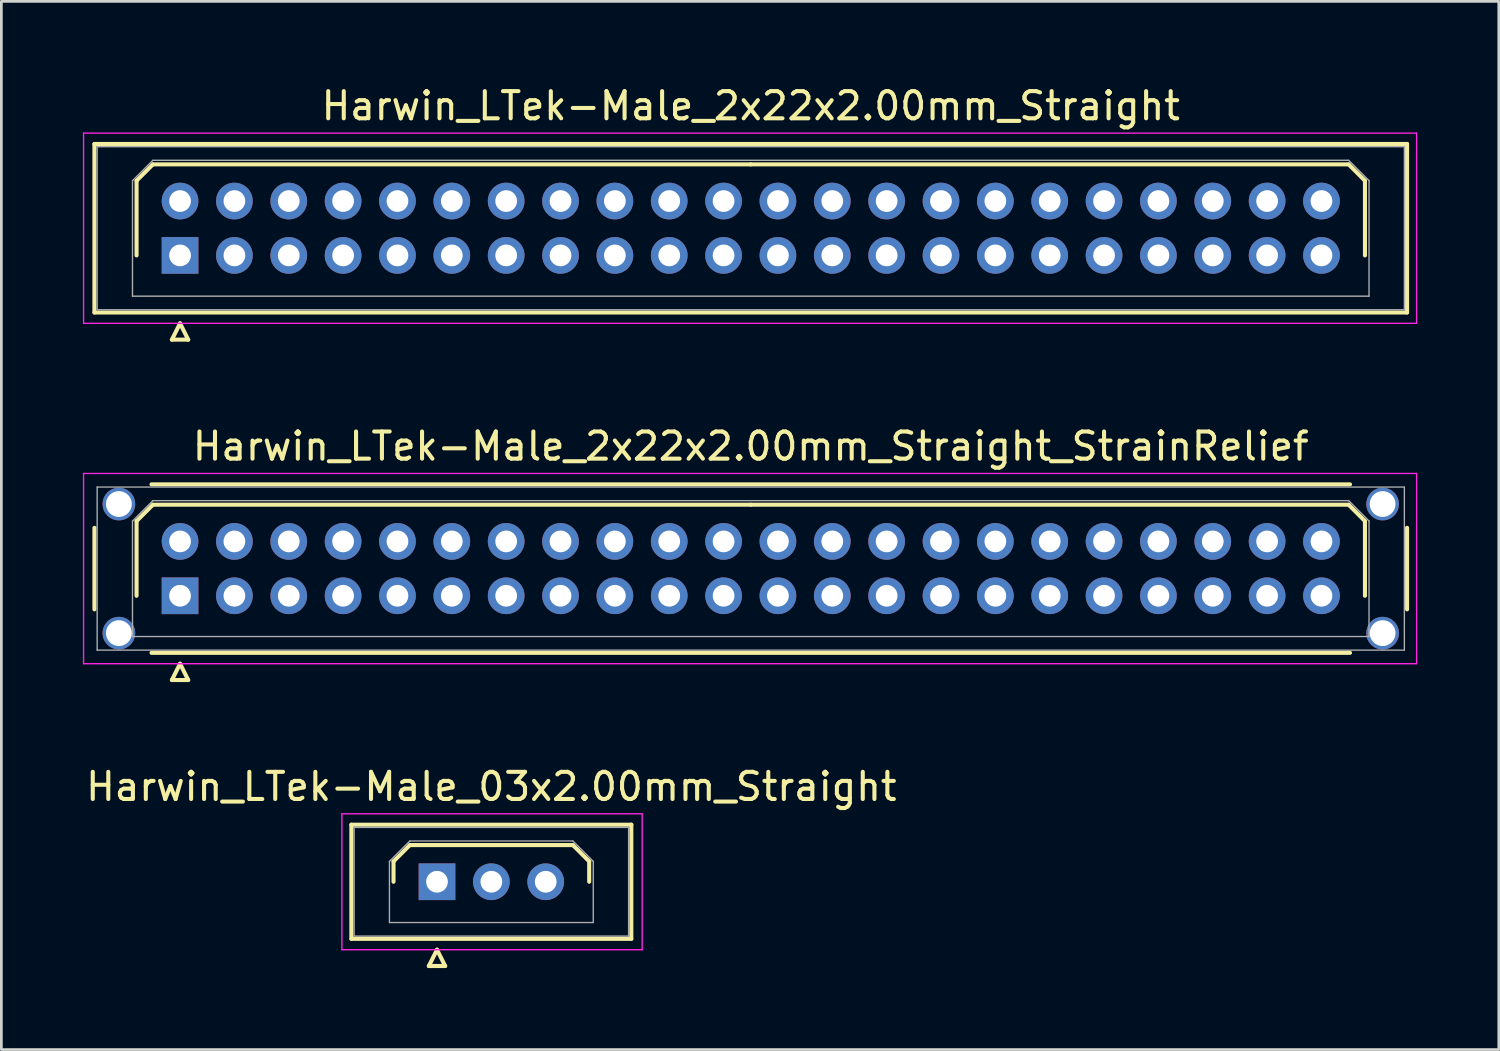
<source format=kicad_pcb>
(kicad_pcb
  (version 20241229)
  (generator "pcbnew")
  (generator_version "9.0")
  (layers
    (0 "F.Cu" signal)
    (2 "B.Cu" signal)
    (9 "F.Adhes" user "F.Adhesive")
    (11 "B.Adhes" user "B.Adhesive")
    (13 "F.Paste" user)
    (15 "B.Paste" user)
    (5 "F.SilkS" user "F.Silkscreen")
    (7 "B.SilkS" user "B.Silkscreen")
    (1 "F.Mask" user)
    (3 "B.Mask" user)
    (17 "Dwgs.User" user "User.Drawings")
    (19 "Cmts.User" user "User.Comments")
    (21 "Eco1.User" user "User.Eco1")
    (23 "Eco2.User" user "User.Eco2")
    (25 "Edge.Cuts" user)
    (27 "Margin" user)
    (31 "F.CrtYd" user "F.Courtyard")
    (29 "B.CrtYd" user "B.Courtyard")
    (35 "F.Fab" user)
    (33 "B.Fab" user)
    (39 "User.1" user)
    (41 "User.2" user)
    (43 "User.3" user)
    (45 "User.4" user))
  (footprint "Harwin_LTek-Male_2x22x2.00mm_Straight_StrainRelief"
    (layer "F.Cu")
    (at 3.575 18.872)
    (property "Reference" "Harwin_LTek-Male_2x22x2.00mm_Straight_StrainRelief" (at 21 -5.5 0) (layer "F.SilkS") (effects (font (size 1 1) (thickness 0.15))))
    (attr through_hole)
    (fp_line (start -3.15 -2.5) (end -3.15 0.5) (stroke (width 0.15) (type solid)) (layer "F.SilkS"))
    (fp_line (start -1.6 -2.75) (end -1 -3.35) (stroke (width 0.15) (type solid)) (layer "F.SilkS"))
    (fp_line (start -1.6 0) (end -1.6 -2.75) (stroke (width 0.15) (type solid)) (layer "F.SilkS"))
    (fp_line (start -1.05 -4.1) (end 43.05 -4.1) (stroke (width 0.15) (type solid)) (layer "F.SilkS"))
    (fp_line (start -1.05 2.1) (end 43.05 2.1) (stroke (width 0.15) (type solid)) (layer "F.SilkS"))
    (fp_line (start -1 -3.35) (end 21 -3.35) (stroke (width 0.15) (type solid)) (layer "F.SilkS"))
    (fp_line (start -0.3 3.1) (end 0.3 3.1) (stroke (width 0.15) (type solid)) (layer "F.SilkS"))
    (fp_line (start 0 2.5) (end -0.3 3.1) (stroke (width 0.15) (type solid)) (layer "F.SilkS"))
    (fp_line (start 0.3 3.1) (end 0 2.5) (stroke (width 0.15) (type solid)) (layer "F.SilkS"))
    (fp_line (start 43 -3.35) (end 21 -3.35) (stroke (width 0.15) (type solid)) (layer "F.SilkS"))
    (fp_line (start 43.6 -2.75) (end 43 -3.35) (stroke (width 0.15) (type solid)) (layer "F.SilkS"))
    (fp_line (start 43.6 0) (end 43.6 -2.75) (stroke (width 0.15) (type solid)) (layer "F.SilkS"))
    (fp_line (start 45.15 -2.5) (end 45.15 0.5) (stroke (width 0.15) (type solid)) (layer "F.SilkS"))
    (fp_line (start -3.55 -4.5) (end -3.55 2.5) (stroke (width 0.05) (type solid)) (layer "F.CrtYd"))
    (fp_line (start -3.55 2.5) (end 45.5 2.5) (stroke (width 0.05) (type solid)) (layer "F.CrtYd"))
    (fp_line (start 45.5 -4.5) (end -3.55 -4.5) (stroke (width 0.05) (type solid)) (layer "F.CrtYd"))
    (fp_line (start 45.5 2.5) (end 45.5 -4.5) (stroke (width 0.05) (type solid)) (layer "F.CrtYd"))
    (fp_line (start -3.05 -4) (end -3.05 2) (stroke (width 0.05) (type solid)) (layer "F.Fab"))
    (fp_line (start -3.05 2) (end 45.05 2) (stroke (width 0.05) (type solid)) (layer "F.Fab"))
    (fp_line (start -1.75 -2.75) (end -1 -3.5) (stroke (width 0.05) (type solid)) (layer "F.Fab"))
    (fp_line (start -1.75 1.5) (end -1.75 -2.75) (stroke (width 0.05) (type solid)) (layer "F.Fab"))
    (fp_line (start -1 -3.5) (end 43 -3.5) (stroke (width 0.05) (type solid)) (layer "F.Fab"))
    (fp_line (start 43 -3.5) (end 43.75 -2.75) (stroke (width 0.05) (type solid)) (layer "F.Fab"))
    (fp_line (start 43.75 -2.75) (end 43.75 1.5) (stroke (width 0.05) (type solid)) (layer "F.Fab"))
    (fp_line (start 43.75 1.5) (end -1.75 1.5) (stroke (width 0.05) (type solid)) (layer "F.Fab"))
    (fp_line (start 45.05 -4) (end -3.05 -4) (stroke (width 0.05) (type solid)) (layer "F.Fab"))
    (fp_line (start 45.05 2) (end 45.05 -4) (stroke (width 0.05) (type solid)) (layer "F.Fab"))
    (pad "" thru_hole circle (at -2.25 -3.375) (size 1.2 1.2) (drill 0.95) (layers "*.Cu" "*.Mask"))
    (pad "" thru_hole circle (at -2.25 1.375) (size 1.2 1.2) (drill 0.95) (layers "*.Cu" "*.Mask"))
    (pad "" thru_hole circle (at 44.25 -3.375) (size 1.2 1.2) (drill 0.95) (layers "*.Cu" "*.Mask"))
    (pad "" thru_hole circle (at 44.25 1.375) (size 1.2 1.2) (drill 0.95) (layers "*.Cu" "*.Mask"))
    (pad "1" thru_hole rect (at 0 0) (size 1.35 1.35) (drill 0.8) (layers "*.Cu" "*.Mask"))
    (pad "2" thru_hole circle (at 0 -2) (size 1.35 1.35) (drill 0.8) (layers "*.Cu" "*.Mask"))
    (pad "3" thru_hole circle (at 2 0) (size 1.35 1.35) (drill 0.8) (layers "*.Cu" "*.Mask"))
    (pad "4" thru_hole circle (at 2 -2) (size 1.35 1.35) (drill 0.8) (layers "*.Cu" "*.Mask"))
    (pad "5" thru_hole circle (at 4 0) (size 1.35 1.35) (drill 0.8) (layers "*.Cu" "*.Mask"))
    (pad "6" thru_hole circle (at 4 -2) (size 1.35 1.35) (drill 0.8) (layers "*.Cu" "*.Mask"))
    (pad "7" thru_hole circle (at 6 0) (size 1.35 1.35) (drill 0.8) (layers "*.Cu" "*.Mask"))
    (pad "8" thru_hole circle (at 6 -2) (size 1.35 1.35) (drill 0.8) (layers "*.Cu" "*.Mask"))
    (pad "9" thru_hole circle (at 8 0) (size 1.35 1.35) (drill 0.8) (layers "*.Cu" "*.Mask"))
    (pad "10" thru_hole circle (at 8 -2) (size 1.35 1.35) (drill 0.8) (layers "*.Cu" "*.Mask"))
    (pad "11" thru_hole circle (at 10 0) (size 1.35 1.35) (drill 0.8) (layers "*.Cu" "*.Mask"))
    (pad "12" thru_hole circle (at 10 -2) (size 1.35 1.35) (drill 0.8) (layers "*.Cu" "*.Mask"))
    (pad "13" thru_hole circle (at 12 0) (size 1.35 1.35) (drill 0.8) (layers "*.Cu" "*.Mask"))
    (pad "14" thru_hole circle (at 12 -2) (size 1.35 1.35) (drill 0.8) (layers "*.Cu" "*.Mask"))
    (pad "15" thru_hole circle (at 14 0) (size 1.35 1.35) (drill 0.8) (layers "*.Cu" "*.Mask"))
    (pad "16" thru_hole circle (at 14 -2) (size 1.35 1.35) (drill 0.8) (layers "*.Cu" "*.Mask"))
    (pad "17" thru_hole circle (at 16 0) (size 1.35 1.35) (drill 0.8) (layers "*.Cu" "*.Mask"))
    (pad "18" thru_hole circle (at 16 -2) (size 1.35 1.35) (drill 0.8) (layers "*.Cu" "*.Mask"))
    (pad "19" thru_hole circle (at 18 0) (size 1.35 1.35) (drill 0.8) (layers "*.Cu" "*.Mask"))
    (pad "20" thru_hole circle (at 18 -2) (size 1.35 1.35) (drill 0.8) (layers "*.Cu" "*.Mask"))
    (pad "21" thru_hole circle (at 20 0) (size 1.35 1.35) (drill 0.8) (layers "*.Cu" "*.Mask"))
    (pad "22" thru_hole circle (at 20 -2) (size 1.35 1.35) (drill 0.8) (layers "*.Cu" "*.Mask"))
    (pad "23" thru_hole circle (at 22 0) (size 1.35 1.35) (drill 0.8) (layers "*.Cu" "*.Mask"))
    (pad "24" thru_hole circle (at 22 -2) (size 1.35 1.35) (drill 0.8) (layers "*.Cu" "*.Mask"))
    (pad "25" thru_hole circle (at 24 0) (size 1.35 1.35) (drill 0.8) (layers "*.Cu" "*.Mask"))
    (pad "26" thru_hole circle (at 24 -2) (size 1.35 1.35) (drill 0.8) (layers "*.Cu" "*.Mask"))
    (pad "27" thru_hole circle (at 26 0) (size 1.35 1.35) (drill 0.8) (layers "*.Cu" "*.Mask"))
    (pad "28" thru_hole circle (at 26 -2) (size 1.35 1.35) (drill 0.8) (layers "*.Cu" "*.Mask"))
    (pad "29" thru_hole circle (at 28 0) (size 1.35 1.35) (drill 0.8) (layers "*.Cu" "*.Mask"))
    (pad "30" thru_hole circle (at 28 -2) (size 1.35 1.35) (drill 0.8) (layers "*.Cu" "*.Mask"))
    (pad "31" thru_hole circle (at 30 0) (size 1.35 1.35) (drill 0.8) (layers "*.Cu" "*.Mask"))
    (pad "32" thru_hole circle (at 30 -2) (size 1.35 1.35) (drill 0.8) (layers "*.Cu" "*.Mask"))
    (pad "33" thru_hole circle (at 32 0) (size 1.35 1.35) (drill 0.8) (layers "*.Cu" "*.Mask"))
    (pad "34" thru_hole circle (at 32 -2) (size 1.35 1.35) (drill 0.8) (layers "*.Cu" "*.Mask"))
    (pad "35" thru_hole circle (at 34 0) (size 1.35 1.35) (drill 0.8) (layers "*.Cu" "*.Mask"))
    (pad "36" thru_hole circle (at 34 -2) (size 1.35 1.35) (drill 0.8) (layers "*.Cu" "*.Mask"))
    (pad "37" thru_hole circle (at 36 0) (size 1.35 1.35) (drill 0.8) (layers "*.Cu" "*.Mask"))
    (pad "38" thru_hole circle (at 36 -2) (size 1.35 1.35) (drill 0.8) (layers "*.Cu" "*.Mask"))
    (pad "39" thru_hole circle (at 38 0) (size 1.35 1.35) (drill 0.8) (layers "*.Cu" "*.Mask"))
    (pad "40" thru_hole circle (at 38 -2) (size 1.35 1.35) (drill 0.8) (layers "*.Cu" "*.Mask"))
    (pad "41" thru_hole circle (at 40 0) (size 1.35 1.35) (drill 0.8) (layers "*.Cu" "*.Mask"))
    (pad "42" thru_hole circle (at 40 -2) (size 1.35 1.35) (drill 0.8) (layers "*.Cu" "*.Mask"))
    (pad "43" thru_hole circle (at 42 0) (size 1.35 1.35) (drill 0.8) (layers "*.Cu" "*.Mask"))
    (pad "44" thru_hole circle (at 42 -2) (size 1.35 1.35) (drill 0.8) (layers "*.Cu" "*.Mask")))
  (footprint "Harwin_LTek-Male_2x22x2.00mm_Straight"
    (layer "F.Cu")
    (at 3.575 6.348)
    (property "Reference" "Harwin_LTek-Male_2x22x2.00mm_Straight" (at 21 -5.5 0) (layer "F.SilkS") (effects (font (size 1 1) (thickness 0.15))))
    (attr through_hole)
    (fp_line (start -3.15 -4.1) (end -3.15 2.1) (stroke (width 0.15) (type solid)) (layer "F.SilkS"))
    (fp_line (start -3.15 2.1) (end 45.15 2.1) (stroke (width 0.15) (type solid)) (layer "F.SilkS"))
    (fp_line (start -1.6 -2.75) (end -1 -3.35) (stroke (width 0.15) (type solid)) (layer "F.SilkS"))
    (fp_line (start -1.6 0) (end -1.6 -2.75) (stroke (width 0.15) (type solid)) (layer "F.SilkS"))
    (fp_line (start -1 -3.35) (end 21 -3.35) (stroke (width 0.15) (type solid)) (layer "F.SilkS"))
    (fp_line (start -0.3 3.1) (end 0.3 3.1) (stroke (width 0.15) (type solid)) (layer "F.SilkS"))
    (fp_line (start 0 2.5) (end -0.3 3.1) (stroke (width 0.15) (type solid)) (layer "F.SilkS"))
    (fp_line (start 0.3 3.1) (end 0 2.5) (stroke (width 0.15) (type solid)) (layer "F.SilkS"))
    (fp_line (start 43 -3.35) (end 21 -3.35) (stroke (width 0.15) (type solid)) (layer "F.SilkS"))
    (fp_line (start 43.6 -2.75) (end 43 -3.35) (stroke (width 0.15) (type solid)) (layer "F.SilkS"))
    (fp_line (start 43.6 0) (end 43.6 -2.75) (stroke (width 0.15) (type solid)) (layer "F.SilkS"))
    (fp_line (start 45.15 -4.1) (end -3.15 -4.1) (stroke (width 0.15) (type solid)) (layer "F.SilkS"))
    (fp_line (start 45.15 2.1) (end 45.15 -4.1) (stroke (width 0.15) (type solid)) (layer "F.SilkS"))
    (fp_line (start -3.55 -4.5) (end -3.55 2.5) (stroke (width 0.05) (type solid)) (layer "F.CrtYd"))
    (fp_line (start -3.55 2.5) (end 45.5 2.5) (stroke (width 0.05) (type solid)) (layer "F.CrtYd"))
    (fp_line (start 45.5 -4.5) (end -3.55 -4.5) (stroke (width 0.05) (type solid)) (layer "F.CrtYd"))
    (fp_line (start 45.5 2.5) (end 45.5 -4.5) (stroke (width 0.05) (type solid)) (layer "F.CrtYd"))
    (fp_line (start -3.05 -4) (end -3.05 2) (stroke (width 0.05) (type solid)) (layer "F.Fab"))
    (fp_line (start -3.05 2) (end 45.05 2) (stroke (width 0.05) (type solid)) (layer "F.Fab"))
    (fp_line (start -1.75 -2.75) (end -1 -3.5) (stroke (width 0.05) (type solid)) (layer "F.Fab"))
    (fp_line (start -1.75 1.5) (end -1.75 -2.75) (stroke (width 0.05) (type solid)) (layer "F.Fab"))
    (fp_line (start -1 -3.5) (end 43 -3.5) (stroke (width 0.05) (type solid)) (layer "F.Fab"))
    (fp_line (start 43 -3.5) (end 43.75 -2.75) (stroke (width 0.05) (type solid)) (layer "F.Fab"))
    (fp_line (start 43.75 -2.75) (end 43.75 1.5) (stroke (width 0.05) (type solid)) (layer "F.Fab"))
    (fp_line (start 43.75 1.5) (end -1.75 1.5) (stroke (width 0.05) (type solid)) (layer "F.Fab"))
    (fp_line (start 45.05 -4) (end -3.05 -4) (stroke (width 0.05) (type solid)) (layer "F.Fab"))
    (fp_line (start 45.05 2) (end 45.05 -4) (stroke (width 0.05) (type solid)) (layer "F.Fab"))
    (pad "1" thru_hole rect (at 0 0) (size 1.35 1.35) (drill 0.8) (layers "*.Cu" "*.Mask"))
    (pad "2" thru_hole circle (at 0 -2) (size 1.35 1.35) (drill 0.8) (layers "*.Cu" "*.Mask"))
    (pad "3" thru_hole circle (at 2 0) (size 1.35 1.35) (drill 0.8) (layers "*.Cu" "*.Mask"))
    (pad "4" thru_hole circle (at 2 -2) (size 1.35 1.35) (drill 0.8) (layers "*.Cu" "*.Mask"))
    (pad "5" thru_hole circle (at 4 0) (size 1.35 1.35) (drill 0.8) (layers "*.Cu" "*.Mask"))
    (pad "6" thru_hole circle (at 4 -2) (size 1.35 1.35) (drill 0.8) (layers "*.Cu" "*.Mask"))
    (pad "7" thru_hole circle (at 6 0) (size 1.35 1.35) (drill 0.8) (layers "*.Cu" "*.Mask"))
    (pad "8" thru_hole circle (at 6 -2) (size 1.35 1.35) (drill 0.8) (layers "*.Cu" "*.Mask"))
    (pad "9" thru_hole circle (at 8 0) (size 1.35 1.35) (drill 0.8) (layers "*.Cu" "*.Mask"))
    (pad "10" thru_hole circle (at 8 -2) (size 1.35 1.35) (drill 0.8) (layers "*.Cu" "*.Mask"))
    (pad "11" thru_hole circle (at 10 0) (size 1.35 1.35) (drill 0.8) (layers "*.Cu" "*.Mask"))
    (pad "12" thru_hole circle (at 10 -2) (size 1.35 1.35) (drill 0.8) (layers "*.Cu" "*.Mask"))
    (pad "13" thru_hole circle (at 12 0) (size 1.35 1.35) (drill 0.8) (layers "*.Cu" "*.Mask"))
    (pad "14" thru_hole circle (at 12 -2) (size 1.35 1.35) (drill 0.8) (layers "*.Cu" "*.Mask"))
    (pad "15" thru_hole circle (at 14 0) (size 1.35 1.35) (drill 0.8) (layers "*.Cu" "*.Mask"))
    (pad "16" thru_hole circle (at 14 -2) (size 1.35 1.35) (drill 0.8) (layers "*.Cu" "*.Mask"))
    (pad "17" thru_hole circle (at 16 0) (size 1.35 1.35) (drill 0.8) (layers "*.Cu" "*.Mask"))
    (pad "18" thru_hole circle (at 16 -2) (size 1.35 1.35) (drill 0.8) (layers "*.Cu" "*.Mask"))
    (pad "19" thru_hole circle (at 18 0) (size 1.35 1.35) (drill 0.8) (layers "*.Cu" "*.Mask"))
    (pad "20" thru_hole circle (at 18 -2) (size 1.35 1.35) (drill 0.8) (layers "*.Cu" "*.Mask"))
    (pad "21" thru_hole circle (at 20 0) (size 1.35 1.35) (drill 0.8) (layers "*.Cu" "*.Mask"))
    (pad "22" thru_hole circle (at 20 -2) (size 1.35 1.35) (drill 0.8) (layers "*.Cu" "*.Mask"))
    (pad "23" thru_hole circle (at 22 0) (size 1.35 1.35) (drill 0.8) (layers "*.Cu" "*.Mask"))
    (pad "24" thru_hole circle (at 22 -2) (size 1.35 1.35) (drill 0.8) (layers "*.Cu" "*.Mask"))
    (pad "25" thru_hole circle (at 24 0) (size 1.35 1.35) (drill 0.8) (layers "*.Cu" "*.Mask"))
    (pad "26" thru_hole circle (at 24 -2) (size 1.35 1.35) (drill 0.8) (layers "*.Cu" "*.Mask"))
    (pad "27" thru_hole circle (at 26 0) (size 1.35 1.35) (drill 0.8) (layers "*.Cu" "*.Mask"))
    (pad "28" thru_hole circle (at 26 -2) (size 1.35 1.35) (drill 0.8) (layers "*.Cu" "*.Mask"))
    (pad "29" thru_hole circle (at 28 0) (size 1.35 1.35) (drill 0.8) (layers "*.Cu" "*.Mask"))
    (pad "30" thru_hole circle (at 28 -2) (size 1.35 1.35) (drill 0.8) (layers "*.Cu" "*.Mask"))
    (pad "31" thru_hole circle (at 30 0) (size 1.35 1.35) (drill 0.8) (layers "*.Cu" "*.Mask"))
    (pad "32" thru_hole circle (at 30 -2) (size 1.35 1.35) (drill 0.8) (layers "*.Cu" "*.Mask"))
    (pad "33" thru_hole circle (at 32 0) (size 1.35 1.35) (drill 0.8) (layers "*.Cu" "*.Mask"))
    (pad "34" thru_hole circle (at 32 -2) (size 1.35 1.35) (drill 0.8) (layers "*.Cu" "*.Mask"))
    (pad "35" thru_hole circle (at 34 0) (size 1.35 1.35) (drill 0.8) (layers "*.Cu" "*.Mask"))
    (pad "36" thru_hole circle (at 34 -2) (size 1.35 1.35) (drill 0.8) (layers "*.Cu" "*.Mask"))
    (pad "37" thru_hole circle (at 36 0) (size 1.35 1.35) (drill 0.8) (layers "*.Cu" "*.Mask"))
    (pad "38" thru_hole circle (at 36 -2) (size 1.35 1.35) (drill 0.8) (layers "*.Cu" "*.Mask"))
    (pad "39" thru_hole circle (at 38 0) (size 1.35 1.35) (drill 0.8) (layers "*.Cu" "*.Mask"))
    (pad "40" thru_hole circle (at 38 -2) (size 1.35 1.35) (drill 0.8) (layers "*.Cu" "*.Mask"))
    (pad "41" thru_hole circle (at 40 0) (size 1.35 1.35) (drill 0.8) (layers "*.Cu" "*.Mask"))
    (pad "42" thru_hole circle (at 40 -2) (size 1.35 1.35) (drill 0.8) (layers "*.Cu" "*.Mask"))
    (pad "43" thru_hole circle (at 42 0) (size 1.35 1.35) (drill 0.8) (layers "*.Cu" "*.Mask"))
    (pad "44" thru_hole circle (at 42 -2) (size 1.35 1.35) (drill 0.8) (layers "*.Cu" "*.Mask")))
  (footprint "Harwin_LTek-Male_03x2.00mm_Straight"
    (layer "F.Cu")
    (at 13.03 29.395)
    (property "Reference" "Harwin_LTek-Male_03x2.00mm_Straight" (at 2 -3.5 0) (layer "F.SilkS") (effects (font (size 1 1) (thickness 0.15))))
    (attr through_hole)
    (fp_line (start -3.15 -2.1) (end -3.15 2.1) (stroke (width 0.15) (type solid)) (layer "F.SilkS"))
    (fp_line (start -3.15 2.1) (end 7.15 2.1) (stroke (width 0.15) (type solid)) (layer "F.SilkS"))
    (fp_line (start -1.6 -0.75) (end -1 -1.35) (stroke (width 0.15) (type solid)) (layer "F.SilkS"))
    (fp_line (start -1.6 0) (end -1.6 -0.75) (stroke (width 0.15) (type solid)) (layer "F.SilkS"))
    (fp_line (start -1 -1.35) (end 2 -1.35) (stroke (width 0.15) (type solid)) (layer "F.SilkS"))
    (fp_line (start -0.3 3.1) (end 0.3 3.1) (stroke (width 0.15) (type solid)) (layer "F.SilkS"))
    (fp_line (start 0 2.5) (end -0.3 3.1) (stroke (width 0.15) (type solid)) (layer "F.SilkS"))
    (fp_line (start 0.3 3.1) (end 0 2.5) (stroke (width 0.15) (type solid)) (layer "F.SilkS"))
    (fp_line (start 5 -1.35) (end 2 -1.35) (stroke (width 0.15) (type solid)) (layer "F.SilkS"))
    (fp_line (start 5.6 -0.75) (end 5 -1.35) (stroke (width 0.15) (type solid)) (layer "F.SilkS"))
    (fp_line (start 5.6 0) (end 5.6 -0.75) (stroke (width 0.15) (type solid)) (layer "F.SilkS"))
    (fp_line (start 7.15 -2.1) (end -3.15 -2.1) (stroke (width 0.15) (type solid)) (layer "F.SilkS"))
    (fp_line (start 7.15 2.1) (end 7.15 -2.1) (stroke (width 0.15) (type solid)) (layer "F.SilkS"))
    (fp_line (start -3.5 -2.5) (end -3.5 2.5) (stroke (width 0.05) (type solid)) (layer "F.CrtYd"))
    (fp_line (start -3.5 2.5) (end 7.55 2.5) (stroke (width 0.05) (type solid)) (layer "F.CrtYd"))
    (fp_line (start 7.55 -2.5) (end -3.5 -2.5) (stroke (width 0.05) (type solid)) (layer "F.CrtYd"))
    (fp_line (start 7.55 2.5) (end 7.55 -2.5) (stroke (width 0.05) (type solid)) (layer "F.CrtYd"))
    (fp_line (start -3.05 -2) (end -3.05 2) (stroke (width 0.05) (type solid)) (layer "F.Fab"))
    (fp_line (start -3.05 2) (end 7.05 2) (stroke (width 0.05) (type solid)) (layer "F.Fab"))
    (fp_line (start -1.75 -0.75) (end -1 -1.5) (stroke (width 0.05) (type solid)) (layer "F.Fab"))
    (fp_line (start -1.75 1.5) (end -1.75 -0.75) (stroke (width 0.05) (type solid)) (layer "F.Fab"))
    (fp_line (start -1 -1.5) (end 5 -1.5) (stroke (width 0.05) (type solid)) (layer "F.Fab"))
    (fp_line (start 5 -1.5) (end 5.75 -0.75) (stroke (width 0.05) (type solid)) (layer "F.Fab"))
    (fp_line (start 5.75 -0.75) (end 5.75 1.5) (stroke (width 0.05) (type solid)) (layer "F.Fab"))
    (fp_line (start 5.75 1.5) (end -1.75 1.5) (stroke (width 0.05) (type solid)) (layer "F.Fab"))
    (fp_line (start 7.05 -2) (end -3.05 -2) (stroke (width 0.05) (type solid)) (layer "F.Fab"))
    (fp_line (start 7.05 2) (end 7.05 -2) (stroke (width 0.05) (type solid)) (layer "F.Fab"))
    (pad "1" thru_hole rect (at 0 0) (size 1.35 1.35) (drill 0.8) (layers "*.Cu" "*.Mask"))
    (pad "2" thru_hole circle (at 2 0) (size 1.35 1.35) (drill 0.8) (layers "*.Cu" "*.Mask"))
    (pad "3" thru_hole circle (at 4 0) (size 1.35 1.35) (drill 0.8) (layers "*.Cu" "*.Mask")))
  (gr_rect
    (start -3 -3)
    (end 52.1 35.57)
    (stroke (width 0.1) (type default))
    (fill no)
    (layer "Edge.Cuts")))
</source>
